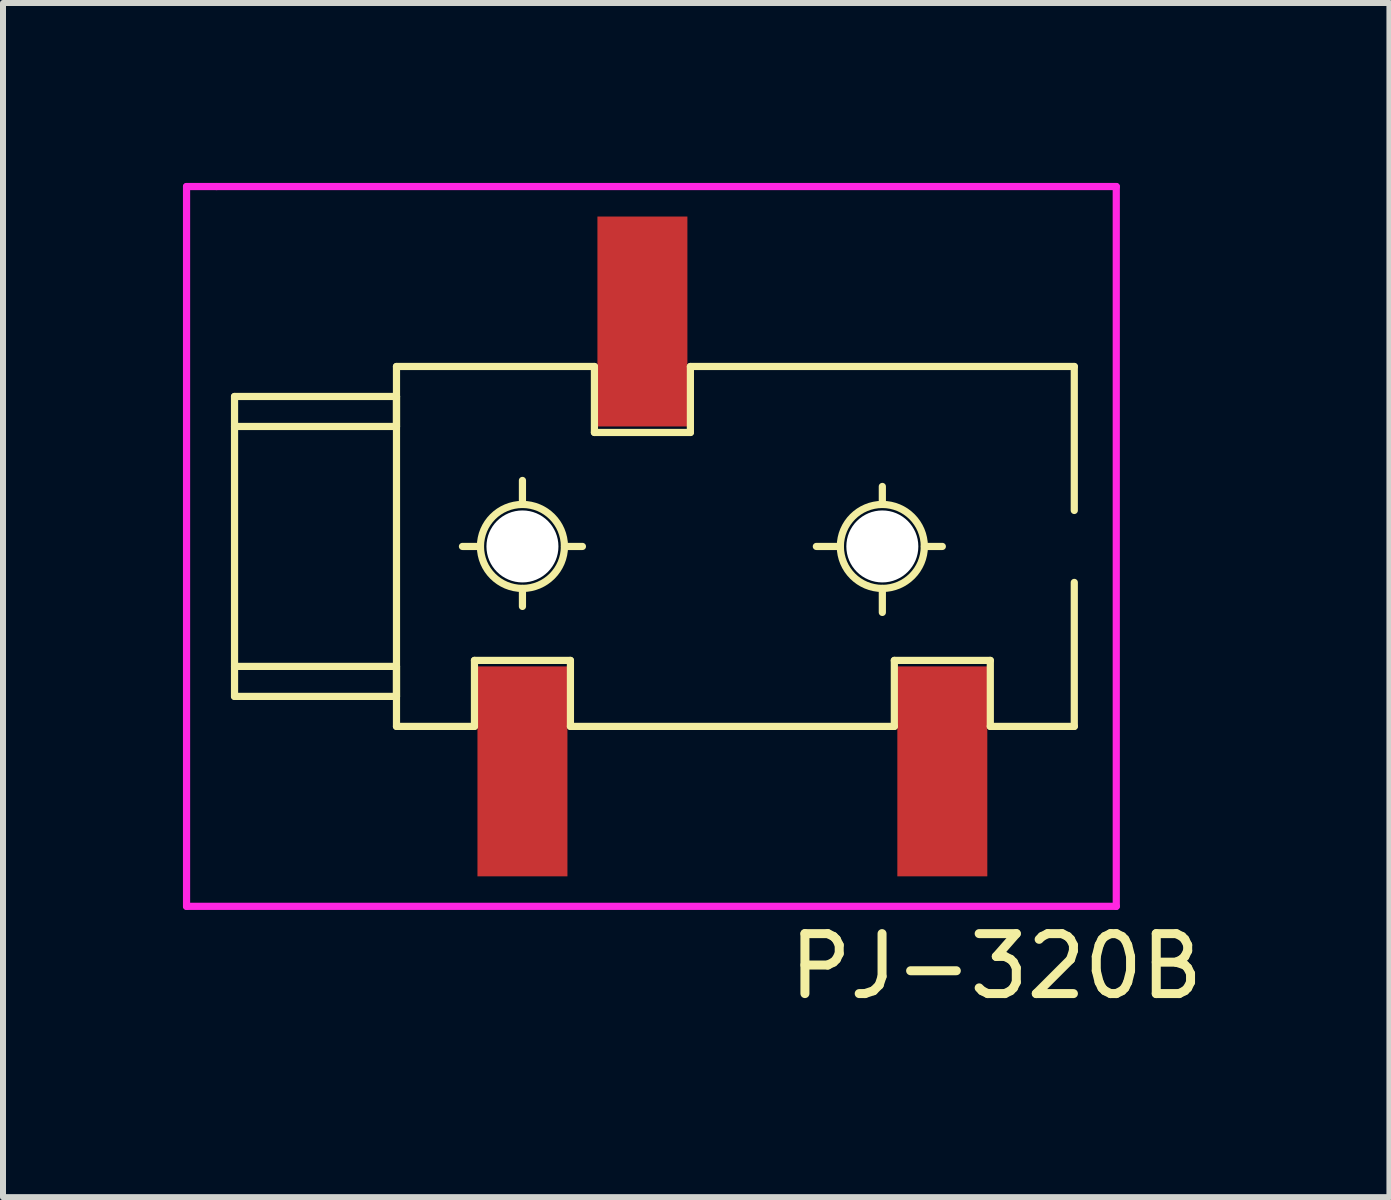
<source format=kicad_pcb>
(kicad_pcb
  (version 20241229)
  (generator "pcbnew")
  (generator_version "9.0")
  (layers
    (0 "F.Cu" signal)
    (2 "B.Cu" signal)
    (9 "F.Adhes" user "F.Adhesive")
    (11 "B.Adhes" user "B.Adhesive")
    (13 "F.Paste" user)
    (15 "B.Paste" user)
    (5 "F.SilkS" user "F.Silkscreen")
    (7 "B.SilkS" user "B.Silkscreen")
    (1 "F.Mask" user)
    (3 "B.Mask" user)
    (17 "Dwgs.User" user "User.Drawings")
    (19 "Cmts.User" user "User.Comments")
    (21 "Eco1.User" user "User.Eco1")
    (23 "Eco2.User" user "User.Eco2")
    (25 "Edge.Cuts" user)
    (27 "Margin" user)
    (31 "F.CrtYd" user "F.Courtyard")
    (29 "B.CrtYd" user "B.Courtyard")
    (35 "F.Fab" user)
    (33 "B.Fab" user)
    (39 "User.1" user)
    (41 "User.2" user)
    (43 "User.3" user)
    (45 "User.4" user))
  (footprint "PJ-320B"
    (layer "F.Cu")
    (at 3.56 6.06)
    (property "Reference" "PJ-320B" (at 10 7 0) (layer "F.SilkS") (effects (font (size 1 1) (thickness 0.15))))
    (attr through_hole)
    (fp_line (start -2.7 -2.5) (end -2.7 2.5) (stroke (width 0.12) (type solid)) (layer "F.SilkS"))
    (fp_line (start -2.7 -2.5) (end 0 -2.5) (stroke (width 0.12) (type solid)) (layer "F.SilkS"))
    (fp_line (start -2.7 2.5) (end 0 2.5) (stroke (width 0.12) (type solid)) (layer "F.SilkS"))
    (fp_line (start 0 -3) (end 3.3 -3) (stroke (width 0.12) (type solid)) (layer "F.SilkS"))
    (fp_line (start 0 -2.5) (end 0 -3) (stroke (width 0.12) (type solid)) (layer "F.SilkS"))
    (fp_line (start 0 -2.5) (end 0 -2) (stroke (width 0.12) (type solid)) (layer "F.SilkS"))
    (fp_line (start 0 -2) (end -2.7 -2) (stroke (width 0.12) (type solid)) (layer "F.SilkS"))
    (fp_line (start 0 2) (end -2.7 2) (stroke (width 0.12) (type solid)) (layer "F.SilkS"))
    (fp_line (start 0 2.5) (end 0 2) (stroke (width 0.12) (type solid)) (layer "F.SilkS"))
    (fp_line (start 0 3) (end 0 -2.5) (stroke (width 0.12) (type solid)) (layer "F.SilkS"))
    (fp_line (start 0 3) (end 1.3 3) (stroke (width 0.12) (type solid)) (layer "F.SilkS"))
    (fp_line (start 1.3 1.9) (end 2.9 1.9) (stroke (width 0.12) (type solid)) (layer "F.SilkS"))
    (fp_line (start 1.3 3) (end 1.3 1.9) (stroke (width 0.12) (type solid)) (layer "F.SilkS"))
    (fp_line (start 1.4 0) (end 1.1 0) (stroke (width 0.12) (type solid)) (layer "F.SilkS"))
    (fp_line (start 2.1 -0.7) (end 2.1 -1.1) (stroke (width 0.12) (type solid)) (layer "F.SilkS"))
    (fp_line (start 2.1 0.7) (end 2.1 1) (stroke (width 0.12) (type solid)) (layer "F.SilkS"))
    (fp_line (start 2.8 0) (end 3.1 0) (stroke (width 0.12) (type solid)) (layer "F.SilkS"))
    (fp_line (start 2.9 1.9) (end 2.9 3) (stroke (width 0.12) (type solid)) (layer "F.SilkS"))
    (fp_line (start 2.9 3) (end 8.3 3) (stroke (width 0.12) (type solid)) (layer "F.SilkS"))
    (fp_line (start 3.3 -3) (end 3.3 -1.9) (stroke (width 0.12) (type solid)) (layer "F.SilkS"))
    (fp_line (start 3.3 -1.9) (end 4.9 -1.9) (stroke (width 0.12) (type solid)) (layer "F.SilkS"))
    (fp_line (start 4.9 -1.9) (end 4.9 -3) (stroke (width 0.12) (type solid)) (layer "F.SilkS"))
    (fp_line (start 7.4 0) (end 7 0) (stroke (width 0.12) (type solid)) (layer "F.SilkS"))
    (fp_line (start 8.1 -0.7) (end 8.1 -1) (stroke (width 0.12) (type solid)) (layer "F.SilkS"))
    (fp_line (start 8.1 0.7) (end 8.1 1.1) (stroke (width 0.12) (type solid)) (layer "F.SilkS"))
    (fp_line (start 8.3 1.9) (end 9.9 1.9) (stroke (width 0.12) (type solid)) (layer "F.SilkS"))
    (fp_line (start 8.3 3) (end 8.3 1.9) (stroke (width 0.12) (type solid)) (layer "F.SilkS"))
    (fp_line (start 8.8 0) (end 9.1 0) (stroke (width 0.12) (type solid)) (layer "F.SilkS"))
    (fp_line (start 9.9 1.9) (end 9.9 3) (stroke (width 0.12) (type solid)) (layer "F.SilkS"))
    (fp_line (start 9.9 3) (end 11.3 3) (stroke (width 0.12) (type solid)) (layer "F.SilkS"))
    (fp_line (start 11.3 -3) (end 4.9 -3) (stroke (width 0.12) (type solid)) (layer "F.SilkS"))
    (fp_line (start 11.3 -0.6) (end 11.3 -3) (stroke (width 0.12) (type solid)) (layer "F.SilkS"))
    (fp_line (start 11.3 3) (end 11.3 0.6) (stroke (width 0.12) (type solid)) (layer "F.SilkS"))
    (fp_circle (center 2.1 0) (end 2.1 0.7) (stroke (width 0.12) (type solid)) (fill no) (layer "F.SilkS"))
    (fp_circle (center 8.1 0) (end 8.1 0.7) (stroke (width 0.12) (type solid)) (fill no) (layer "F.SilkS"))
    (fp_line (start -3.5 -6) (end -3 -6) (stroke (width 0.12) (type solid)) (layer "F.CrtYd"))
    (fp_line (start -3.5 6) (end -3.5 -6) (stroke (width 0.12) (type solid)) (layer "F.CrtYd"))
    (fp_line (start -3 -6) (end 12 -6) (stroke (width 0.12) (type solid)) (layer "F.CrtYd"))
    (fp_line (start 12 -6) (end 12 6) (stroke (width 0.12) (type solid)) (layer "F.CrtYd"))
    (fp_line (start 12 6) (end -3.5 6) (stroke (width 0.12) (type solid)) (layer "F.CrtYd"))
    (pad "" np_thru_hole circle (at 2.1 0) (size 1.2 1.2) (drill 1.2) (layers "*.Cu" "*.Mask"))
    (pad "" np_thru_hole circle (at 8.1 0) (size 1.2 1.2) (drill 1.2) (layers "*.Cu" "*.Mask"))
    (pad "R" smd rect (at 4.1 -3.75) (size 1.5 3.5) (layers "F.Cu" "F.Mask" "F.Paste"))
    (pad "S" smd rect (at 2.1 3.75) (size 1.5 3.5) (layers "F.Cu" "F.Mask" "F.Paste"))
    (pad "T" smd rect (at 9.1 3.75) (size 1.5 3.5) (layers "F.Cu" "F.Mask" "F.Paste")))
  (gr_rect
    (start -3 -3)
    (end 20.114 16.908)
    (stroke (width 0.1) (type default))
    (fill no)
    (layer "Edge.Cuts")))
</source>
